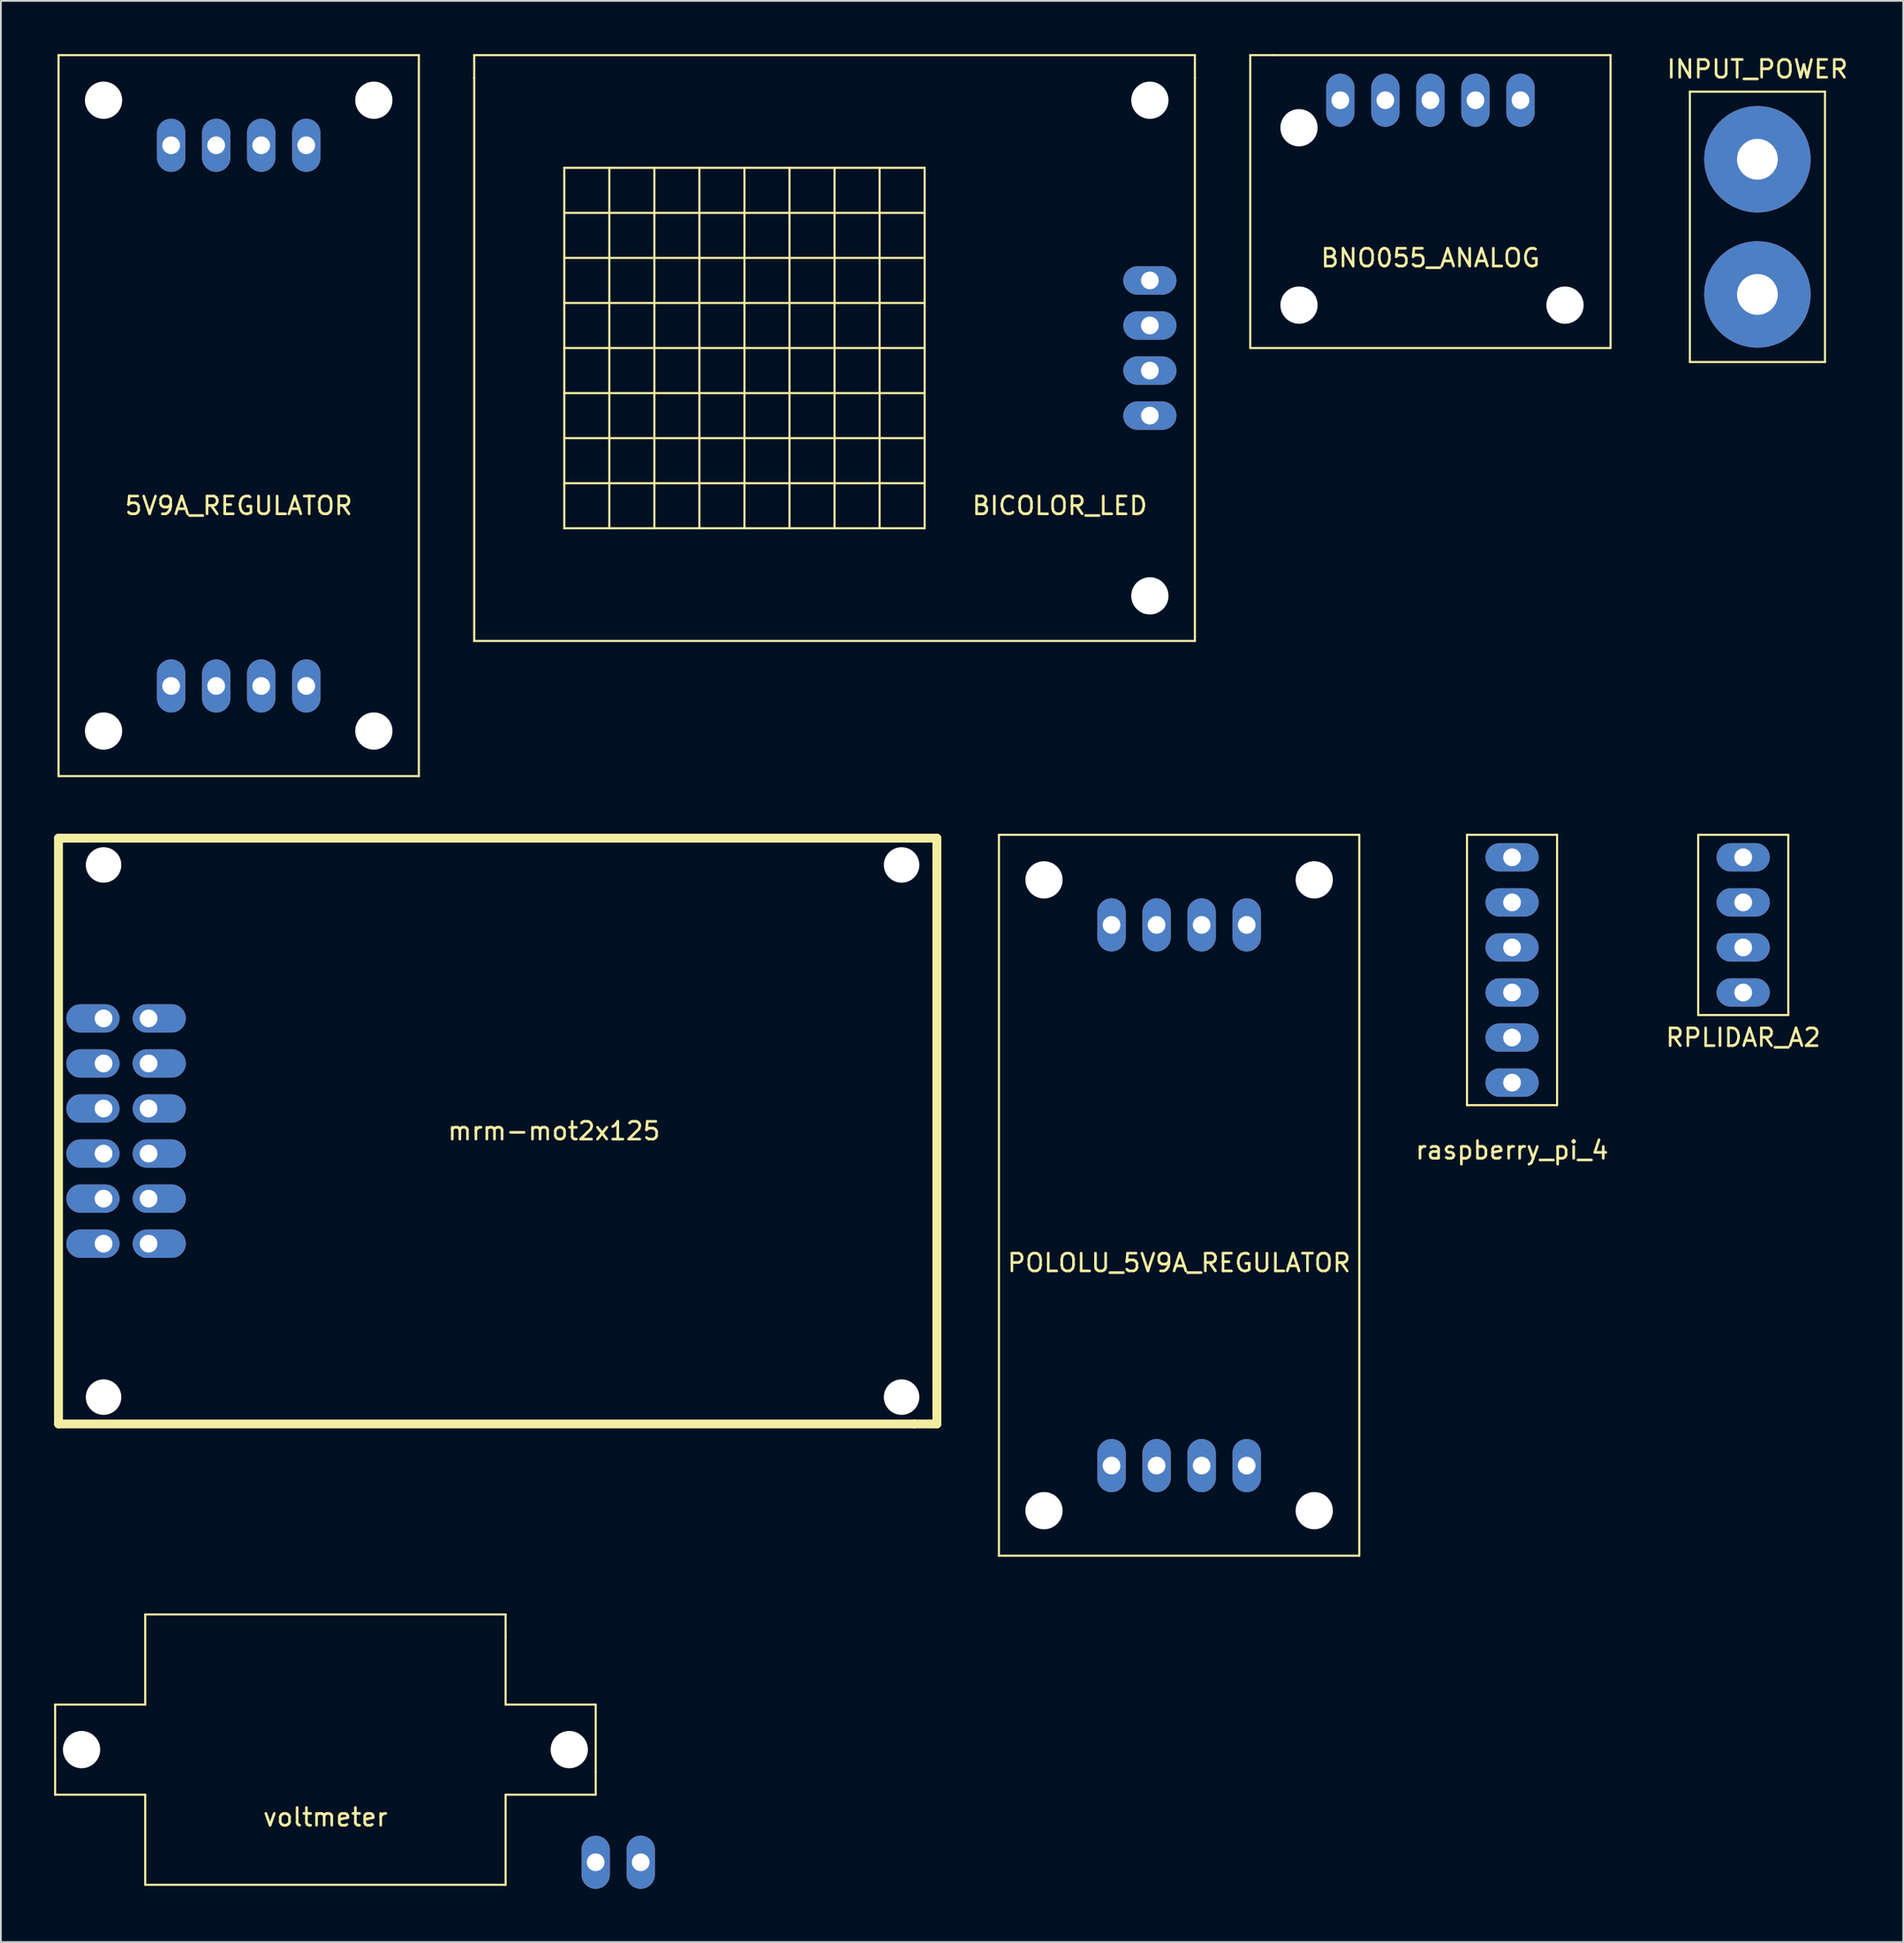
<source format=kicad_pcb>
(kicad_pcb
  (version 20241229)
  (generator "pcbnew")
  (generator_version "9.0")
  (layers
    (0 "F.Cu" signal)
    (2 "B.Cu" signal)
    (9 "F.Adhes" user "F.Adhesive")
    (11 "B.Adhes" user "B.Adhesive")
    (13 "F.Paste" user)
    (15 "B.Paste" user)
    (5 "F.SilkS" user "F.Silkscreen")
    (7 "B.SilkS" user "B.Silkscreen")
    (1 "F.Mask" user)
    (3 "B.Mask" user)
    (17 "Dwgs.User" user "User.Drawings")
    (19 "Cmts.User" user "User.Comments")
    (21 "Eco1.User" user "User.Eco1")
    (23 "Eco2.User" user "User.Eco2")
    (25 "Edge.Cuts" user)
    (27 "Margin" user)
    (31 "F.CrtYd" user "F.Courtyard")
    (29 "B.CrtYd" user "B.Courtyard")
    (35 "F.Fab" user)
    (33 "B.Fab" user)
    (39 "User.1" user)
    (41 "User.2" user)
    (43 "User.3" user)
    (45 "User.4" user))
  (footprint "voltmeter"
    (layer "F.Cu")
    (at 15.3 95.58)
    (property "Reference" "voltmeter" (at 0 3.81 0) (layer "F.SilkS") (effects (font (size 1 1) (thickness 0.15))))
    (attr through_hole)
    (fp_line (start -15.24 -2.54) (end -15.24 2.54) (stroke (width 0.12) (type solid)) (layer "F.SilkS"))
    (fp_line (start -15.24 2.54) (end -10.16 2.54) (stroke (width 0.12) (type solid)) (layer "F.SilkS"))
    (fp_line (start -10.16 -7.62) (end -10.16 -2.54) (stroke (width 0.12) (type solid)) (layer "F.SilkS"))
    (fp_line (start -10.16 -2.54) (end -15.24 -2.54) (stroke (width 0.12) (type solid)) (layer "F.SilkS"))
    (fp_line (start -10.16 2.54) (end -10.16 7.62) (stroke (width 0.12) (type solid)) (layer "F.SilkS"))
    (fp_line (start -10.16 7.62) (end 10.16 7.62) (stroke (width 0.12) (type solid)) (layer "F.SilkS"))
    (fp_line (start 10.16 -7.62) (end -10.16 -7.62) (stroke (width 0.12) (type solid)) (layer "F.SilkS"))
    (fp_line (start 10.16 -6.35) (end 10.16 -7.62) (stroke (width 0.12) (type solid)) (layer "F.SilkS"))
    (fp_line (start 10.16 -2.54) (end 10.16 -6.35) (stroke (width 0.12) (type solid)) (layer "F.SilkS"))
    (fp_line (start 10.16 7.62) (end 10.16 2.54) (stroke (width 0.12) (type solid)) (layer "F.SilkS"))
    (fp_line (start 15.24 -2.54) (end 10.16 -2.54) (stroke (width 0.12) (type solid)) (layer "F.SilkS"))
    (fp_line (start 15.24 1.27) (end 15.24 -2.54) (stroke (width 0.12) (type solid)) (layer "F.SilkS"))
    (fp_line (start 15.24 1.27) (end 15.24 2.54) (stroke (width 0.12) (type solid)) (layer "F.SilkS"))
    (fp_line (start 15.24 2.54) (end 10.16 2.54) (stroke (width 0.12) (type solid)) (layer "F.SilkS"))
    (pad "" np_thru_hole circle (at -13.75 0) (size 2.1 2.1) (drill 2.1) (layers "*.Cu" "*.Mask"))
    (pad "" np_thru_hole circle (at 13.75 0) (size 2.1 2.1) (drill 2.1) (layers "*.Cu" "*.Mask"))
    (pad "0" thru_hole oval (at 17.78 6.35) (size 1.6 3) (drill 1) (layers "*.Cu" "*.Mask"))
    (pad "1" thru_hole oval (at 15.24 6.35) (size 1.6 3) (drill 1) (layers "*.Cu" "*.Mask")))
  (footprint "BNO055_ANALOG"
    (layer "F.Cu")
    (at 82.69 2.6)
    (property "Reference" "BNO055_ANALOG" (at -5.08 8.89 0) (layer "F.SilkS") (effects (font (size 1 1) (thickness 0.15))))
    (attr through_hole)
    (fp_line (start -15.24 -2.54) (end -15.24 13.97) (stroke (width 0.12) (type solid)) (layer "F.SilkS"))
    (fp_line (start -15.24 13.97) (end 5.08 13.97) (stroke (width 0.12) (type solid)) (layer "F.SilkS"))
    (fp_line (start -13.97 -2.54) (end -15.24 -2.54) (stroke (width 0.12) (type solid)) (layer "F.SilkS"))
    (fp_line (start 5.08 -2.54) (end -13.97 -2.54) (stroke (width 0.12) (type solid)) (layer "F.SilkS"))
    (fp_line (start 5.08 13.97) (end 5.08 -2.54) (stroke (width 0.12) (type solid)) (layer "F.SilkS"))
    (pad "" np_thru_hole circle (at -12.49 1.55 180) (size 2.1 2.1) (drill 2.1) (layers "*.Cu" "*.Mask"))
    (pad "" np_thru_hole circle (at -12.49 11.55 180) (size 2.1 2.1) (drill 2.1) (layers "*.Cu" "*.Mask"))
    (pad "" np_thru_hole circle (at 2.51 11.55 180) (size 2.1 2.1) (drill 2.1) (layers "*.Cu" "*.Mask"))
    (pad "0" thru_hole oval (at 0 0 180) (size 1.6 3) (drill 1) (layers "*.Cu" "*.Mask"))
    (pad "1" thru_hole oval (at -2.54 0 180) (size 1.6 3) (drill 1) (layers "*.Cu" "*.Mask"))
    (pad "2" thru_hole oval (at -5.08 0 180) (size 1.6 3) (drill 1) (layers "*.Cu" "*.Mask"))
    (pad "3" thru_hole oval (at -7.62 0 180) (size 1.6 3) (drill 1) (layers "*.Cu" "*.Mask"))
    (pad "4" thru_hole oval (at -10.16 0 180) (size 1.6 3) (drill 1) (layers "*.Cu" "*.Mask")))
  (footprint "RPLIDAR_A2"
    (layer "F.Cu")
    (at 95.249 49.09)
    (property "Reference" "RPLIDAR_A2" (at 0 6.35 0) (layer "F.SilkS") (effects (font (size 1 1) (thickness 0.15))))
    (attr through_hole)
    (fp_line (start -2.54 -5.08) (end -2.54 5.08) (stroke (width 0.12) (type solid)) (layer "F.SilkS"))
    (fp_line (start -2.54 5.08) (end 2.54 5.08) (stroke (width 0.12) (type solid)) (layer "F.SilkS"))
    (fp_line (start 2.54 -5.08) (end -2.54 -5.08) (stroke (width 0.12) (type solid)) (layer "F.SilkS"))
    (fp_line (start 2.54 5.08) (end 2.54 -5.08) (stroke (width 0.12) (type solid)) (layer "F.SilkS"))
    (pad "0" thru_hole oval (at 0 -3.81 90) (size 1.6 3) (drill 1) (layers "*.Cu" "*.Mask"))
    (pad "1" thru_hole oval (at 0 -1.27 90) (size 1.6 3) (drill 1) (layers "*.Cu" "*.Mask"))
    (pad "2" thru_hole oval (at 0 1.27 90) (size 1.6 3) (drill 1) (layers "*.Cu" "*.Mask"))
    (pad "3" thru_hole oval (at 0 3.81 90) (size 1.6 3) (drill 1) (layers "*.Cu" "*.Mask")))
  (footprint "mrm-mot2x125"
    (layer "F.Cu")
    (at 2.79 60.71)
    (property "Reference" "mrm-mot2x125" (at 25.4 0 0) (layer "F.SilkS") (effects (font (size 1 1) (thickness 0.15))))
    (attr through_hole)
    (fp_line (start -2.54 -16.51) (end -2.54 16.51) (stroke (width 0.5) (type solid)) (layer "F.SilkS"))
    (fp_line (start -2.54 16.51) (end 45.72 16.51) (stroke (width 0.5) (type solid)) (layer "F.SilkS"))
    (fp_line (start 45.72 16.51) (end 46.99 16.51) (stroke (width 0.5) (type solid)) (layer "F.SilkS"))
    (fp_line (start 46.99 -16.51) (end -2.54 -16.51) (stroke (width 0.5) (type solid)) (layer "F.SilkS"))
    (fp_line (start 46.99 16.51) (end 46.99 -16.51) (stroke (width 0.5) (type solid)) (layer "F.SilkS"))
    (pad "" np_thru_hole circle (at 0 -15) (size 2 2) (drill 2) (layers "*.Cu" "*.Mask"))
    (pad "" np_thru_hole circle (at 0 15) (size 2 2) (drill 2) (layers "*.Cu" "*.Mask"))
    (pad "" np_thru_hole circle (at 45 -15) (size 2 2) (drill 2) (layers "*.Cu" "*.Mask"))
    (pad "" np_thru_hole circle (at 45 15) (size 2 2) (drill 2) (layers "*.Cu" "*.Mask"))
    (pad "0" thru_hole oval (at 0 -6.35) (size 3 1.6) (drill 1 (offset -0.6 0)) (layers "*.Cu" "*.Mask"))
    (pad "1" thru_hole oval (at 0 -3.81) (size 3 1.6) (drill 1 (offset -0.6 0)) (layers "*.Cu" "*.Mask"))
    (pad "2" thru_hole oval (at 0 -1.27) (size 3 1.6) (drill 1 (offset -0.6 0)) (layers "*.Cu" "*.Mask"))
    (pad "3" thru_hole oval (at 0 1.27) (size 3 1.6) (drill 1 (offset -0.6 0)) (layers "*.Cu" "*.Mask"))
    (pad "4" thru_hole oval (at 0 3.81) (size 3 1.6) (drill 1 (offset -0.6 0)) (layers "*.Cu" "*.Mask"))
    (pad "5" thru_hole oval (at 0 6.35) (size 3 1.6) (drill 1 (offset -0.6 0)) (layers "*.Cu" "*.Mask"))
    (pad "6" thru_hole oval (at 2.54 -6.35) (size 3 1.6) (drill 1 (offset 0.6 0)) (layers "*.Cu" "*.Mask"))
    (pad "7" thru_hole oval (at 2.54 -3.81) (size 3 1.6) (drill 1 (offset 0.6 0)) (layers "*.Cu" "*.Mask"))
    (pad "8" thru_hole oval (at 2.54 -1.27) (size 3 1.6) (drill 1 (offset 0.6 0)) (layers "*.Cu" "*.Mask"))
    (pad "9" thru_hole oval (at 2.54 1.27) (size 3 1.6) (drill 1 (offset 0.6 0)) (layers "*.Cu" "*.Mask"))
    (pad "10" thru_hole oval (at 2.54 3.81) (size 3 1.6) (drill 1 (offset 0.6 0)) (layers "*.Cu" "*.Mask"))
    (pad "11" thru_hole oval (at 2.54 6.35) (size 3 1.6) (drill 1 (offset 0.6 0)) (layers "*.Cu" "*.Mask")))
  (footprint "BICOLOR_LED"
    (layer "F.Cu")
    (at 61.79 16.57)
    (property "Reference" "BICOLOR_LED" (at -5.08 8.89 0) (layer "F.SilkS") (effects (font (size 1 1) (thickness 0.15))))
    (attr through_hole)
    (fp_line (start -38.1 -16.51) (end 2.54 -16.51) (stroke (width 0.12) (type solid)) (layer "F.SilkS"))
    (fp_line (start -38.1 -15.24) (end -38.1 -16.51) (stroke (width 0.12) (type solid)) (layer "F.SilkS"))
    (fp_line (start -38.1 -15.24) (end -38.1 16.51) (stroke (width 0.12) (type solid)) (layer "F.SilkS"))
    (fp_line (start -38.1 16.51) (end 2.54 16.51) (stroke (width 0.12) (type solid)) (layer "F.SilkS"))
    (fp_line (start -33.02 -10.16) (end -33.02 10.16) (stroke (width 0.12) (type solid)) (layer "F.SilkS"))
    (fp_line (start -33.02 -7.62) (end -12.7 -7.62) (stroke (width 0.12) (type solid)) (layer "F.SilkS"))
    (fp_line (start -33.02 -2.54) (end -12.7 -2.54) (stroke (width 0.12) (type solid)) (layer "F.SilkS"))
    (fp_line (start -33.02 2.54) (end -12.7 2.54) (stroke (width 0.12) (type solid)) (layer "F.SilkS"))
    (fp_line (start -33.02 7.62) (end -12.7 7.62) (stroke (width 0.12) (type solid)) (layer "F.SilkS"))
    (fp_line (start -33.02 10.16) (end -12.7 10.16) (stroke (width 0.12) (type solid)) (layer "F.SilkS"))
    (fp_line (start -30.48 -10.16) (end -30.48 10.16) (stroke (width 0.12) (type solid)) (layer "F.SilkS"))
    (fp_line (start -27.94 -10.16) (end -27.94 10.16) (stroke (width 0.12) (type solid)) (layer "F.SilkS"))
    (fp_line (start -25.4 -10.16) (end -25.4 10.16) (stroke (width 0.12) (type solid)) (layer "F.SilkS"))
    (fp_line (start -22.86 -10.16) (end -22.86 10.16) (stroke (width 0.12) (type solid)) (layer "F.SilkS"))
    (fp_line (start -20.32 -10.16) (end -20.32 10.16) (stroke (width 0.12) (type solid)) (layer "F.SilkS"))
    (fp_line (start -17.78 -10.16) (end -17.78 10.16) (stroke (width 0.12) (type solid)) (layer "F.SilkS"))
    (fp_line (start -15.24 -10.16) (end -15.24 10.16) (stroke (width 0.12) (type solid)) (layer "F.SilkS"))
    (fp_line (start -12.7 -10.16) (end -33.02 -10.16) (stroke (width 0.12) (type solid)) (layer "F.SilkS"))
    (fp_line (start -12.7 -5.08) (end -33.02 -5.08) (stroke (width 0.12) (type solid)) (layer "F.SilkS"))
    (fp_line (start -12.7 0) (end -33.02 0) (stroke (width 0.12) (type solid)) (layer "F.SilkS"))
    (fp_line (start -12.7 5.08) (end -33.02 5.08) (stroke (width 0.12) (type solid)) (layer "F.SilkS"))
    (fp_line (start -12.7 10.16) (end -12.7 -10.16) (stroke (width 0.12) (type solid)) (layer "F.SilkS"))
    (fp_line (start 2.54 -16.51) (end 2.54 -15.24) (stroke (width 0.12) (type solid)) (layer "F.SilkS"))
    (fp_line (start 2.54 16.51) (end 2.54 -15.24) (stroke (width 0.12) (type solid)) (layer "F.SilkS"))
    (pad "" np_thru_hole circle (at 0 -13.97) (size 2.1 2.1) (drill 2.1) (layers "*.Cu" "*.Mask"))
    (pad "" np_thru_hole circle (at 0 13.97) (size 2.1 2.1) (drill 2.1) (layers "*.Cu" "*.Mask"))
    (pad "0" thru_hole oval (at 0 3.81) (size 3 1.6) (drill 1) (layers "*.Cu" "*.Mask"))
    (pad "1" thru_hole oval (at 0 1.27) (size 3 1.6) (drill 1) (layers "*.Cu" "*.Mask"))
    (pad "2" thru_hole oval (at 0 -1.27) (size 3 1.6) (drill 1) (layers "*.Cu" "*.Mask"))
    (pad "3" thru_hole oval (at 0 -3.81) (size 3 1.6) (drill 1) (layers "*.Cu" "*.Mask")))
  (footprint "POLOLU_5V9A_REGULATOR"
    (layer "F.Cu")
    (at 53.28 84.65)
    (property "Reference" "POLOLU_5V9A_REGULATOR" (at 10.16 -16.51 0) (layer "F.SilkS") (effects (font (size 1 1) (thickness 0.15))))
    (attr through_hole)
    (fp_line (start 0 -40.64) (end 20.32 -40.64) (stroke (width 0.12) (type solid)) (layer "F.SilkS"))
    (fp_line (start 0 0) (end 0 -40.64) (stroke (width 0.12) (type solid)) (layer "F.SilkS"))
    (fp_line (start 20.32 -40.64) (end 20.32 0) (stroke (width 0.12) (type solid)) (layer "F.SilkS"))
    (fp_line (start 20.32 0) (end 0 0) (stroke (width 0.12) (type solid)) (layer "F.SilkS"))
    (pad "" np_thru_hole circle (at 2.54 -38.1) (size 2.1 2.1) (drill 2.1) (layers "*.Cu" "*.Mask"))
    (pad "" np_thru_hole circle (at 2.54 -2.54) (size 2.1 2.1) (drill 2.1) (layers "*.Cu" "*.Mask"))
    (pad "" np_thru_hole circle (at 17.78 -38.1) (size 2.1 2.1) (drill 2.1) (layers "*.Cu" "*.Mask"))
    (pad "" np_thru_hole circle (at 17.78 -2.54) (size 2.1 2.1) (drill 2.1) (layers "*.Cu" "*.Mask"))
    (pad "GND" thru_hole oval (at 6.35 -5.08) (size 1.6 3) (drill 1) (layers "*.Cu" "*.Mask"))
    (pad "GND2" thru_hole oval (at 8.89 -5.08) (size 1.6 3) (drill 1) (layers "*.Cu" "*.Mask"))
    (pad "GND3" thru_hole oval (at 6.35 -35.56) (size 1.6 3) (drill 1) (layers "*.Cu" "*.Mask"))
    (pad "GND4" thru_hole oval (at 8.89 -35.56) (size 1.6 3) (drill 1) (layers "*.Cu" "*.Mask"))
    (pad "VIN" thru_hole oval (at 11.43 -5.08) (size 1.6 3) (drill 1) (layers "*.Cu" "*.Mask"))
    (pad "VIN2" thru_hole oval (at 13.97 -5.08) (size 1.6 3) (drill 1) (layers "*.Cu" "*.Mask"))
    (pad "VOUT" thru_hole oval (at 11.43 -35.56) (size 1.6 3) (drill 1) (layers "*.Cu" "*.Mask"))
    (pad "VOUT2" thru_hole oval (at 13.97 -35.56) (size 1.6 3) (drill 1) (layers "*.Cu" "*.Mask")))
  (footprint "INPUT_POWER"
    (layer "F.Cu")
    (at 96.05 9.738)
    (property "Reference" "INPUT_POWER" (at 0 -8.89 0) (layer "F.SilkS") (effects (font (size 1 1) (thickness 0.15))))
    (attr through_hole)
    (fp_line (start -3.81 -7.62) (end -3.81 7.62) (stroke (width 0.12) (type solid)) (layer "F.SilkS"))
    (fp_line (start -3.81 7.62) (end 3.81 7.62) (stroke (width 0.12) (type solid)) (layer "F.SilkS"))
    (fp_line (start 3.81 -7.62) (end -3.81 -7.62) (stroke (width 0.12) (type solid)) (layer "F.SilkS"))
    (fp_line (start 3.81 7.62) (end 3.81 -7.62) (stroke (width 0.12) (type solid)) (layer "F.SilkS"))
    (pad "0" thru_hole circle (at 0 -3.81 90) (size 6 6) (drill 2.3) (layers "*.Cu" "*.Mask"))
    (pad "1" thru_hole circle (at 0 3.81 90) (size 6 6) (drill 2.3) (layers "*.Cu" "*.Mask")))
  (footprint "raspberry_pi_4"
    (layer "F.Cu")
    (at 82.214 46.55)
    (property "Reference" "raspberry_pi_4" (at 0 15.24 0) (layer "F.SilkS") (effects (font (size 1 1) (thickness 0.15))))
    (attr through_hole)
    (fp_line (start -2.54 -2.54) (end -2.54 7.62) (stroke (width 0.12) (type solid)) (layer "F.SilkS"))
    (fp_line (start -2.54 7.62) (end -2.54 12.7) (stroke (width 0.12) (type solid)) (layer "F.SilkS"))
    (fp_line (start -2.54 12.7) (end 2.54 12.7) (stroke (width 0.12) (type solid)) (layer "F.SilkS"))
    (fp_line (start 2.54 -2.54) (end -2.54 -2.54) (stroke (width 0.12) (type solid)) (layer "F.SilkS"))
    (fp_line (start 2.54 7.62) (end 2.54 -2.54) (stroke (width 0.12) (type solid)) (layer "F.SilkS"))
    (fp_line (start 2.54 12.7) (end 2.54 7.62) (stroke (width 0.12) (type solid)) (layer "F.SilkS"))
    (pad "0" thru_hole oval (at 0 -1.27 90) (size 1.6 3) (drill 1) (layers "*.Cu" "*.Mask"))
    (pad "1" thru_hole oval (at 0 1.27 90) (size 1.6 3) (drill 1) (layers "*.Cu" "*.Mask"))
    (pad "2" thru_hole oval (at 0 3.81 90) (size 1.6 3) (drill 1) (layers "*.Cu" "*.Mask"))
    (pad "3" thru_hole oval (at 0 6.35 90) (size 1.6 3) (drill 1) (layers "*.Cu" "*.Mask"))
    (pad "4" thru_hole oval (at 0 8.89 90) (size 1.6 3) (drill 1) (layers "*.Cu" "*.Mask"))
    (pad "5" thru_hole oval (at 0 11.43 90) (size 1.6 3) (drill 1) (layers "*.Cu" "*.Mask")))
  (footprint "5V9A_REGULATOR"
    (layer "F.Cu")
    (at 0.25 40.7)
    (property "Reference" "5V9A_REGULATOR" (at 10.16 -15.24 0) (layer "F.SilkS") (effects (font (size 1 1) (thickness 0.15))))
    (attr through_hole)
    (fp_line (start 0 -40.64) (end 0 0) (stroke (width 0.12) (type solid)) (layer "F.SilkS"))
    (fp_line (start 0 0) (end 20.32 0) (stroke (width 0.12) (type solid)) (layer "F.SilkS"))
    (fp_line (start 20.32 -40.64) (end 0 -40.64) (stroke (width 0.12) (type solid)) (layer "F.SilkS"))
    (fp_line (start 20.32 0) (end 20.32 -40.64) (stroke (width 0.12) (type solid)) (layer "F.SilkS"))
    (pad "" np_thru_hole circle (at 2.54 -38.1) (size 2.1 2.1) (drill 2.1) (layers "*.Cu" "*.Mask"))
    (pad "" np_thru_hole circle (at 2.54 -2.54) (size 2.1 2.1) (drill 2.1) (layers "*.Cu" "*.Mask"))
    (pad "" np_thru_hole circle (at 17.78 -38.1) (size 2.1 2.1) (drill 2.1) (layers "*.Cu" "*.Mask"))
    (pad "" np_thru_hole circle (at 17.78 -2.54) (size 2.1 2.1) (drill 2.1) (layers "*.Cu" "*.Mask"))
    (pad "0" thru_hole oval (at 6.35 -35.56) (size 1.6 3) (drill 1) (layers "*.Cu" "*.Mask"))
    (pad "1" thru_hole oval (at 8.89 -35.56) (size 1.6 3) (drill 1) (layers "*.Cu" "*.Mask"))
    (pad "2" thru_hole oval (at 11.43 -35.56) (size 1.6 3) (drill 1) (layers "*.Cu" "*.Mask"))
    (pad "3" thru_hole oval (at 13.97 -35.56) (size 1.6 3) (drill 1) (layers "*.Cu" "*.Mask"))
    (pad "4" thru_hole oval (at 6.35 -5.08) (size 1.6 3) (drill 1) (layers "*.Cu" "*.Mask"))
    (pad "5" thru_hole oval (at 8.89 -5.08) (size 1.6 3) (drill 1) (layers "*.Cu" "*.Mask"))
    (pad "6" thru_hole oval (at 11.43 -5.08) (size 1.6 3) (drill 1) (layers "*.Cu" "*.Mask"))
    (pad "7" thru_hole oval (at 13.97 -5.08) (size 1.6 3) (drill 1) (layers "*.Cu" "*.Mask")))
  (gr_rect
    (start -3 -3)
    (end 104.27 106.43)
    (stroke (width 0.1) (type default))
    (fill no)
    (layer "Edge.Cuts")))
</source>
